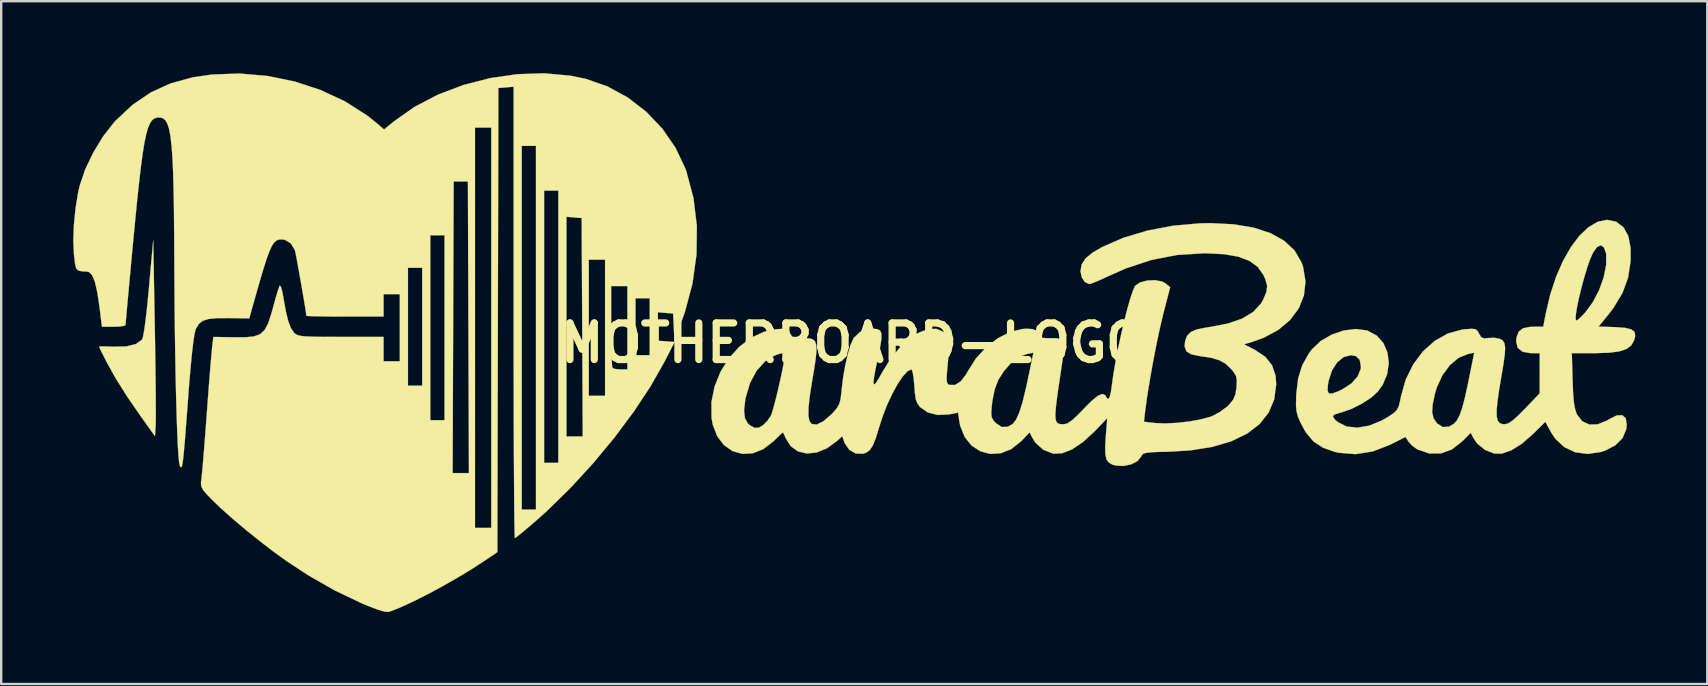
<source format=kicad_pcb>
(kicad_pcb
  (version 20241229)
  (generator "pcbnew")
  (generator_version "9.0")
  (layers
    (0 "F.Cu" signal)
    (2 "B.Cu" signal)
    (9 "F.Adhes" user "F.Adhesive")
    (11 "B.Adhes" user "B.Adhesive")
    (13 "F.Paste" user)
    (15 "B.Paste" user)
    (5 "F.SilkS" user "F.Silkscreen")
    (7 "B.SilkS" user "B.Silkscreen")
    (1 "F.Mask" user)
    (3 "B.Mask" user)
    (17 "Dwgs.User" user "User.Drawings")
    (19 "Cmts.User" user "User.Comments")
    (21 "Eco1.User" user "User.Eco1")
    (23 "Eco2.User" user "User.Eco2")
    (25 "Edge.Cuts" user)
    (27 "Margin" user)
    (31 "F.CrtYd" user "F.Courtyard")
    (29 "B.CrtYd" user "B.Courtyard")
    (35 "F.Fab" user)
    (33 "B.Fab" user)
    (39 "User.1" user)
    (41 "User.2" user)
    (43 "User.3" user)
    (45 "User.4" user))
  (footprint "MOTHERBOARD-LOGO"
    (layer "F.Cu")
    (at 32.491 11.242)
    (property "Reference" "MOTHERBOARD-LOGO" (at 0 0 0) (layer "F.SilkS") (effects (font (size 1.524 1.524) (thickness 0.3))))
    (attr through_hole)
    (fp_poly (pts (xy -29.091 -0.677) (xy -29.078 0.107) (xy -29.067 0.856) (xy -29.058 1.547) (xy -29.052 2.162) (xy -29.049 2.678) (xy -29.049 3.076) (xy -29.052 3.335) (xy -29.054 3.402) (xy -29.083 3.883) (xy -29.639 3.106) (xy -30.234 2.245) (xy -30.719 1.475) (xy -31.109 0.773) (xy -31.146 0.7) (xy -31.278 0.436) (xy -31.373 0.24) (xy -31.411 0.151) (xy -31.412 0.151) (xy -31.334 0.143) (xy -31.13 0.144) (xy -30.842 0.154) (xy -30.812 0.155) (xy -30.273 0.142) (xy -29.877 0.042) (xy -29.62 -0.143) (xy -29.58 -0.267) (xy -29.53 -0.541) (xy -29.475 -0.948) (xy -29.415 -1.47) (xy -29.354 -2.088) (xy -29.337 -2.272) (xy -29.157 -4.276) (xy -29.091 -0.677)) (stroke (width 0.01) (type solid)) (fill yes) (layer "F.SilkS"))
    (fp_poly (pts (xy 31.778 -5.061) (xy 31.814 -5.044) (xy 32.113 -4.814) (xy 32.309 -4.454) (xy 32.404 -3.962) (xy 32.406 -3.417) (xy 32.301 -2.727) (xy 32.067 -2.086) (xy 31.689 -1.459) (xy 31.465 -1.168) (xy 31.069 -0.684) (xy 31.76 -0.66) (xy 32.174 -0.63) (xy 32.438 -0.567) (xy 32.573 -0.458) (xy 32.596 -0.29) (xy 32.55 -0.11) (xy 32.433 0.099) (xy 32.234 0.25) (xy 31.933 0.35) (xy 31.508 0.406) (xy 30.938 0.423) (xy 30.916 0.423) (xy 29.955 0.423) (xy 29.987 1.545) (xy 30.007 2.06) (xy 30.037 2.438) (xy 30.081 2.712) (xy 30.143 2.916) (xy 30.173 2.981) (xy 30.389 3.261) (xy 30.682 3.398) (xy 31.031 3.39) (xy 31.418 3.233) (xy 31.511 3.175) (xy 31.824 3.019) (xy 32.057 3.008) (xy 32.201 3.135) (xy 32.245 3.396) (xy 32.221 3.599) (xy 32.07 3.962) (xy 31.771 4.262) (xy 31.342 4.486) (xy 31.187 4.537) (xy 30.627 4.624) (xy 30.107 4.556) (xy 29.646 4.343) (xy 29.267 3.991) (xy 29.09 3.723) (xy 28.851 3.284) (xy 28.332 3.798) (xy 27.871 4.199) (xy 27.434 4.472) (xy 27.037 4.61) (xy 26.729 4.61) (xy 26.341 4.456) (xy 26.019 4.197) (xy 25.867 3.981) (xy 25.743 3.743) (xy 25.38 4.107) (xy 24.95 4.439) (xy 24.493 4.605) (xy 24.015 4.604) (xy 23.522 4.435) (xy 23.517 4.433) (xy 23.3 4.277) (xy 23.154 4.115) (xy 23.024 3.916) (xy 22.37 4.245) (xy 21.657 4.521) (xy 20.943 4.631) (xy 20.24 4.574) (xy 20.093 4.541) (xy 19.582 4.361) (xy 19.185 4.097) (xy 18.867 3.718) (xy 18.648 3.315) (xy 18.543 3.067) (xy 18.484 2.846) (xy 18.462 2.593) (xy 18.469 2.248) (xy 18.474 2.13) (xy 18.491 1.985) (xy 19.777 1.985) (xy 19.83 2.1) (xy 19.971 2.106) (xy 20.222 2.013) (xy 20.376 1.941) (xy 20.758 1.697) (xy 21.026 1.404) (xy 21.158 1.089) (xy 21.167 0.984) (xy 21.116 0.701) (xy 20.959 0.546) (xy 20.745 0.508) (xy 20.441 0.588) (xy 20.172 0.812) (xy 19.958 1.153) (xy 19.818 1.588) (xy 19.79 1.757) (xy 19.777 1.985) (xy 18.491 1.985) (xy 18.551 1.479) (xy 18.72 0.931) (xy 18.998 0.436) (xy 19.127 0.264) (xy 19.488 -0.08) (xy 19.944 -0.346) (xy 20.448 -0.519) (xy 20.954 -0.583) (xy 21.415 -0.523) (xy 21.447 -0.513) (xy 21.829 -0.307) (xy 22.107 0.007) (xy 22.275 0.398) (xy 22.328 0.838) (xy 22.262 1.297) (xy 22.072 1.746) (xy 21.871 2.026) (xy 21.59 2.28) (xy 21.201 2.532) (xy 20.767 2.749) (xy 20.346 2.898) (xy 20.256 2.919) (xy 20.048 2.985) (xy 19.998 3.076) (xy 20.104 3.212) (xy 20.202 3.294) (xy 20.57 3.479) (xy 21.015 3.529) (xy 21.512 3.445) (xy 22.04 3.229) (xy 22.28 3.09) (xy 22.518 2.933) (xy 22.562 2.893) (xy 24.136 2.893) (xy 24.197 3.148) (xy 24.341 3.351) (xy 24.343 3.353) (xy 24.581 3.504) (xy 24.834 3.488) (xy 25.046 3.361) (xy 25.167 3.227) (xy 25.278 3.018) (xy 25.386 2.711) (xy 25.499 2.284) (xy 25.623 1.716) (xy 25.647 1.598) (xy 25.888 0.406) (xy 25.63 0.458) (xy 25.236 0.619) (xy 24.873 0.923) (xy 24.563 1.345) (xy 24.327 1.859) (xy 24.256 2.092) (xy 24.157 2.552) (xy 24.136 2.893) (xy 22.562 2.893) (xy 22.661 2.8) (xy 22.745 2.636) (xy 22.806 2.386) (xy 22.834 2.235) (xy 23.033 1.528) (xy 23.346 0.892) (xy 23.755 0.347) (xy 24.244 -0.089) (xy 24.793 -0.397) (xy 25.387 -0.559) (xy 25.487 -0.57) (xy 25.768 -0.591) (xy 25.929 -0.578) (xy 26.02 -0.516) (xy 26.088 -0.39) (xy 26.09 -0.386) (xy 26.188 -0.229) (xy 26.324 -0.189) (xy 26.464 -0.207) (xy 26.731 -0.217) (xy 26.956 -0.173) (xy 27.075 -0.105) (xy 27.147 0.008) (xy 27.176 0.192) (xy 27.162 0.472) (xy 27.107 0.874) (xy 27.046 1.238) (xy 26.934 1.898) (xy 26.86 2.411) (xy 26.824 2.794) (xy 26.827 3.064) (xy 26.87 3.241) (xy 26.953 3.341) (xy 27.079 3.382) (xy 27.156 3.387) (xy 27.299 3.352) (xy 27.481 3.236) (xy 27.723 3.021) (xy 27.999 2.742) (xy 28.617 2.098) (xy 28.617 0.423) (xy 28.238 0.423) (xy 27.907 0.368) (xy 27.704 0.205) (xy 27.635 -0.061) (xy 27.654 -0.243) (xy 27.745 -0.477) (xy 27.923 -0.614) (xy 28.218 -0.672) (xy 28.389 -0.677) (xy 28.765 -0.677) (xy 28.828 -1.013) (xy 30.112 -1.013) (xy 30.139 -0.931) (xy 30.142 -0.931) (xy 30.23 -0.989) (xy 30.388 -1.139) (xy 30.522 -1.281) (xy 30.832 -1.702) (xy 31.091 -2.2) (xy 31.28 -2.728) (xy 31.385 -3.24) (xy 31.388 -3.687) (xy 31.378 -3.747) (xy 31.291 -3.988) (xy 31.16 -4.07) (xy 31.003 -3.995) (xy 30.837 -3.762) (xy 30.829 -3.745) (xy 30.718 -3.489) (xy 30.598 -3.146) (xy 30.477 -2.749) (xy 30.362 -2.327) (xy 30.26 -1.912) (xy 30.18 -1.535) (xy 30.128 -1.225) (xy 30.112 -1.013) (xy 28.828 -1.013) (xy 28.865 -1.206) (xy 29.055 -2.018) (xy 29.301 -2.763) (xy 29.593 -3.429) (xy 29.922 -4.003) (xy 30.277 -4.473) (xy 30.65 -4.826) (xy 31.031 -5.05) (xy 31.41 -5.132) (xy 31.778 -5.061)) (stroke (width 0.01) (type solid)) (fill yes) (layer "F.SilkS"))
    (fp_poly (pts (xy -11.775 -11.138) (xy -11.125 -11.004) (xy -10.222 -10.688) (xy -9.377 -10.225) (xy -8.612 -9.634) (xy -7.944 -8.933) (xy -7.395 -8.14) (xy -6.984 -7.273) (xy -6.939 -7.146) (xy -6.645 -6.04) (xy -6.504 -4.884) (xy -6.517 -3.696) (xy -6.683 -2.493) (xy -7 -1.295) (xy -7.192 -0.762) (xy -7.44 -0.127) (xy -7.493 -1.228) (xy -8.128 -1.28) (xy -8.128 -0.094) (xy -7.431 -0.042) (xy -7.852 0.78) (xy -8.429 1.798) (xy -9.133 2.862) (xy -9.94 3.943) (xy -10.825 5.01) (xy -11.765 6.034) (xy -12.735 6.984) (xy -13.197 7.399) (xy -13.512 7.67) (xy -13.782 7.896) (xy -13.979 8.054) (xy -14.081 8.126) (xy -14.087 8.128) (xy -14.094 8.045) (xy -14.1 7.804) (xy -14.107 7.414) (xy -14.113 6.888) (xy -14.118 6.235) (xy -14.123 5.467) (xy -14.128 4.594) (xy -14.132 3.627) (xy -14.135 2.577) (xy -14.137 1.454) (xy -14.139 0.269) (xy -14.139 -0.966) (xy -14.139 -1.275) (xy -14.139 -8.213) (xy -13.801 -8.213) (xy -13.801 6.943) (xy -13.208 6.943) (xy -13.208 -6.35) (xy -12.869 -6.35) (xy -12.869 4.995) (xy -12.277 4.995) (xy -12.277 3.895) (xy -11.938 3.895) (xy -11.259 3.895) (xy -11.281 -0.656) (xy -11.295 -3.471) (xy -11.007 -3.471) (xy -11.007 2.201) (xy -10.329 2.201) (xy -10.329 -2.371) (xy -10.075 -2.371) (xy -10.075 -0.691) (xy -10.073 -0.175) (xy -10.065 0.284) (xy -10.053 0.656) (xy -10.039 0.917) (xy -10.022 1.039) (xy -10.019 1.044) (xy -9.903 1.083) (xy -9.697 1.101) (xy -9.68 1.101) (xy -9.398 1.101) (xy -9.398 -1.863) (xy -9.059 -1.863) (xy -9.059 0.508) (xy -8.467 0.508) (xy -8.467 -1.863) (xy -9.059 -1.863) (xy -9.398 -1.863) (xy -9.398 -2.371) (xy -10.075 -2.371) (xy -10.329 -2.371) (xy -10.329 -3.471) (xy -11.007 -3.471) (xy -11.295 -3.471) (xy -11.303 -5.207) (xy -11.62 -5.233) (xy -11.938 -5.26) (xy -11.938 3.895) (xy -12.277 3.895) (xy -12.277 -6.35) (xy -12.869 -6.35) (xy -13.208 -6.35) (xy -13.208 -8.213) (xy -13.801 -8.213) (xy -14.139 -8.213) (xy -14.139 -10.678) (xy -14.774 -10.626) (xy -14.817 8.716) (xy -15.431 9.128) (xy -15.97 9.474) (xy -16.566 9.831) (xy -17.188 10.183) (xy -17.803 10.511) (xy -18.38 10.799) (xy -18.886 11.03) (xy -19.289 11.187) (xy -19.346 11.206) (xy -19.511 11.195) (xy -19.808 11.108) (xy -20.221 10.951) (xy -20.447 10.856) (xy -21.594 10.31) (xy -22.708 9.673) (xy -23.598 9.088) (xy -24.136 8.7) (xy -24.716 8.255) (xy -25.302 7.783) (xy -25.857 7.316) (xy -26.342 6.883) (xy -26.702 6.536) (xy -26.944 6.284) (xy -27.088 6.109) (xy -27.155 5.971) (xy -27.167 5.827) (xy -27.147 5.659) (xy -27.127 5.478) (xy -27.122 5.419) (xy -16.68 5.419) (xy -16.001 5.419) (xy -16.023 -0.656) (xy -16.044 -6.731) (xy -16.637 -6.731) (xy -16.659 -0.656) (xy -16.68 5.419) (xy -27.122 5.419) (xy -27.098 5.154) (xy -27.06 4.714) (xy -27.018 4.184) (xy -26.972 3.59) (xy -26.925 2.963) (xy -26.878 2.327) (xy -26.833 1.724) (xy -26.79 1.181) (xy -26.752 0.726) (xy -26.723 0.386) (xy -26.703 0.191) (xy -26.651 -0.252) (xy -25.793 -0.238) (xy -25.316 -0.238) (xy -24.963 -0.273) (xy -24.706 -0.364) (xy -24.518 -0.536) (xy -24.371 -0.81) (xy -24.237 -1.209) (xy -24.128 -1.609) (xy -24.036 -1.939) (xy -23.954 -2.206) (xy -23.895 -2.368) (xy -23.88 -2.393) (xy -23.84 -2.349) (xy -23.788 -2.173) (xy -23.733 -1.901) (xy -23.724 -1.843) (xy -23.626 -1.299) (xy -23.527 -0.9) (xy -23.419 -0.62) (xy -23.293 -0.434) (xy -23.278 -0.418) (xy -23.212 -0.363) (xy -23.123 -0.322) (xy -22.989 -0.293) (xy -22.785 -0.273) (xy -22.489 -0.262) (xy -22.077 -0.256) (xy -21.526 -0.254) (xy -21.336 -0.254) (xy -19.558 -0.254) (xy -19.558 0.762) (xy -18.881 0.762) (xy -18.881 -2.032) (xy -19.558 -2.032) (xy -19.558 -1.101) (xy -21.167 -1.101) (xy -21.668 -1.102) (xy -22.105 -1.107) (xy -22.453 -1.114) (xy -22.685 -1.123) (xy -22.775 -1.134) (xy -22.775 -1.134) (xy -22.79 -1.253) (xy -22.828 -1.502) (xy -22.885 -1.845) (xy -22.954 -2.246) (xy -23.028 -2.669) (xy -23.101 -3.078) (xy -23.111 -3.133) (xy -18.542 -3.133) (xy -18.542 1.778) (xy -17.949 1.778) (xy -17.949 -3.133) (xy -18.542 -3.133) (xy -23.111 -3.133) (xy -23.166 -3.436) (xy -23.218 -3.707) (xy -23.25 -3.855) (xy -23.254 -3.867) (xy -23.423 -4.15) (xy -23.669 -4.3) (xy -23.806 -4.318) (xy -23.922 -4.308) (xy -24.025 -4.269) (xy -24.121 -4.184) (xy -24.216 -4.038) (xy -24.318 -3.814) (xy -24.434 -3.496) (xy -24.57 -3.069) (xy -24.733 -2.517) (xy -24.931 -1.823) (xy -25.02 -1.507) (xy -25.155 -1.025) (xy -26.019 -1.038) (xy -26.503 -1.034) (xy -26.85 -1) (xy -27.09 -0.925) (xy -27.254 -0.797) (xy -27.371 -0.606) (xy -27.394 -0.553) (xy -27.436 -0.38) (xy -27.485 -0.057) (xy -27.539 0.401) (xy -27.595 0.973) (xy -27.653 1.643) (xy -27.684 2.044) (xy -27.746 2.874) (xy -27.798 3.55) (xy -27.84 4.086) (xy -27.876 4.496) (xy -27.906 4.796) (xy -27.933 5) (xy -27.957 5.121) (xy -27.982 5.175) (xy -28.008 5.177) (xy -28.036 5.14) (xy -28.048 5.12) (xy -28.076 4.986) (xy -28.104 4.696) (xy -28.131 4.262) (xy -28.157 3.697) (xy -28.181 3.013) (xy -28.203 2.223) (xy -28.224 1.339) (xy -28.241 0.374) (xy -28.256 -0.659) (xy -28.267 -1.747) (xy -28.275 -2.878) (xy -28.278 -3.429) (xy -28.283 -4.487) (xy -17.611 -4.487) (xy -17.611 3.217) (xy -17.018 3.217) (xy -17.018 -4.487) (xy -17.611 -4.487) (xy -28.283 -4.487) (xy -28.284 -4.595) (xy -28.294 -5.602) (xy -28.309 -6.463) (xy -28.331 -7.187) (xy -28.359 -7.786) (xy -28.397 -8.27) (xy -28.444 -8.652) (xy -28.502 -8.941) (xy -28.572 -9.149) (xy -28.656 -9.287) (xy -28.753 -9.366) (xy -28.866 -9.397) (xy -28.902 -9.398) (xy -29.019 -9.388) (xy -29.122 -9.349) (xy -29.215 -9.271) (xy -29.299 -9.142) (xy -29.378 -8.952) (xy -29.451 -8.689) (xy -29.523 -8.342) (xy -29.595 -7.9) (xy -29.668 -7.352) (xy -29.746 -6.687) (xy -29.831 -5.894) (xy -29.923 -4.961) (xy -30.026 -3.878) (xy -30.099 -3.096) (xy -30.155 -2.492) (xy -30.205 -1.942) (xy -30.248 -1.471) (xy -30.281 -1.099) (xy -30.303 -0.85) (xy -30.311 -0.747) (xy -30.311 -0.747) (xy -30.387 -0.71) (xy -30.586 -0.684) (xy -30.802 -0.677) (xy -31.293 -0.677) (xy -31.401 -1.543) (xy -31.489 -2.125) (xy -31.587 -2.549) (xy -31.699 -2.822) (xy -31.829 -2.955) (xy -31.894 -2.972) (xy -32.136 -2.988) (xy -32.285 -3.023) (xy -32.368 -3.113) (xy -32.413 -3.293) (xy -32.449 -3.598) (xy -32.459 -3.683) (xy -32.486 -4.25) (xy -32.462 -4.912) (xy -32.394 -5.604) (xy -32.287 -6.261) (xy -32.218 -6.562) (xy -31.991 -7.234) (xy -31.654 -7.937) (xy -31.242 -8.611) (xy -30.787 -9.196) (xy -30.724 -9.264) (xy -30.019 -9.923) (xy -29.263 -10.437) (xy -28.436 -10.816) (xy -27.515 -11.069) (xy -26.726 -11.185) (xy -25.573 -11.228) (xy -24.414 -11.13) (xy -23.275 -10.899) (xy -22.184 -10.542) (xy -21.165 -10.067) (xy -20.246 -9.481) (xy -19.865 -9.178) (xy -19.537 -8.898) (xy -19.444 -8.975) (xy -15.748 -8.975) (xy -15.748 7.705) (xy -15.071 7.705) (xy -15.071 -8.975) (xy -15.748 -8.975) (xy -19.444 -8.975) (xy -19.145 -9.22) (xy -18.275 -9.835) (xy -17.295 -10.347) (xy -16.234 -10.749) (xy -15.123 -11.036) (xy -13.989 -11.201) (xy -12.863 -11.237) (xy -11.775 -11.138)) (stroke (width 0.01) (type solid)) (fill yes) (layer "F.SilkS"))
    (fp_poly (pts (xy 15.862 -4.946) (xy 16.7 -4.806) (xy 17.406 -4.575) (xy 17.976 -4.255) (xy 18.406 -3.849) (xy 18.694 -3.356) (xy 18.76 -3.164) (xy 18.857 -2.559) (xy 18.793 -1.982) (xy 18.578 -1.446) (xy 18.222 -0.965) (xy 17.732 -0.551) (xy 17.118 -0.219) (xy 16.64 -0.047) (xy 16.298 0.055) (xy 16.742 0.283) (xy 17.18 0.573) (xy 17.465 0.928) (xy 17.612 1.366) (xy 17.637 1.727) (xy 17.554 2.35) (xy 17.322 2.901) (xy 16.944 3.378) (xy 16.426 3.776) (xy 15.771 4.093) (xy 14.986 4.327) (xy 14.074 4.474) (xy 13.171 4.529) (xy 12.721 4.54) (xy 12.411 4.555) (xy 12.213 4.578) (xy 12.099 4.615) (xy 12.038 4.67) (xy 12.012 4.726) (xy 11.859 4.919) (xy 11.594 5.057) (xy 11.271 5.124) (xy 10.943 5.106) (xy 10.82 5.07) (xy 10.666 4.987) (xy 10.568 4.856) (xy 10.519 4.647) (xy 10.511 4.331) (xy 10.537 3.882) (xy 10.596 3.134) (xy 10.068 3.684) (xy 9.591 4.123) (xy 9.138 4.429) (xy 8.721 4.594) (xy 8.355 4.612) (xy 8.348 4.61) (xy 7.934 4.451) (xy 7.607 4.157) (xy 7.489 3.972) (xy 7.362 3.726) (xy 7.004 4.099) (xy 6.594 4.423) (xy 6.158 4.595) (xy 5.722 4.622) (xy 5.31 4.514) (xy 4.947 4.278) (xy 4.659 3.922) (xy 4.471 3.457) (xy 4.428 3.231) (xy 4.386 2.923) (xy 5.763 2.923) (xy 5.785 3.102) (xy 5.864 3.24) (xy 5.959 3.342) (xy 6.203 3.501) (xy 6.455 3.492) (xy 6.66 3.372) (xy 6.795 3.201) (xy 6.931 2.898) (xy 7.07 2.454) (xy 7.216 1.855) (xy 7.282 1.548) (xy 7.52 0.405) (xy 7.253 0.458) (xy 6.916 0.58) (xy 6.596 0.824) (xy 6.29 1.174) (xy 6.063 1.527) (xy 5.91 1.918) (xy 5.812 2.4) (xy 5.784 2.639) (xy 5.763 2.923) (xy 4.386 2.923) (xy 4.384 2.904) (xy 3.999 2.976) (xy 3.531 2.999) (xy 3.118 2.893) (xy 2.796 2.669) (xy 2.69 2.528) (xy 2.622 2.351) (xy 2.581 2.089) (xy 2.558 1.779) (xy 2.53 1.464) (xy 2.491 1.227) (xy 2.448 1.108) (xy 2.436 1.101) (xy 2.274 1.177) (xy 2.078 1.39) (xy 1.86 1.714) (xy 1.636 2.123) (xy 1.419 2.591) (xy 1.225 3.093) (xy 1.091 3.514) (xy 0.955 3.957) (xy 0.833 4.262) (xy 0.707 4.457) (xy 0.559 4.568) (xy 0.414 4.616) (xy 0.111 4.604) (xy -0.155 4.448) (xy -0.34 4.177) (xy -0.356 4.136) (xy -0.444 3.883) (xy -0.667 4.085) (xy -1.087 4.39) (xy -1.514 4.563) (xy -1.923 4.605) (xy -2.29 4.517) (xy -2.592 4.3) (xy -2.793 3.982) (xy -2.871 3.807) (xy -2.918 3.726) (xy -2.92 3.725) (xy -2.986 3.78) (xy -3.136 3.923) (xy -3.313 4.098) (xy -3.738 4.425) (xy -4.178 4.597) (xy -4.612 4.62) (xy -5.018 4.504) (xy -5.373 4.256) (xy -5.655 3.887) (xy -5.841 3.403) (xy -5.892 3.122) (xy -5.894 2.799) (xy -4.537 2.799) (xy -4.504 3.125) (xy -4.382 3.35) (xy -4.289 3.431) (xy -4.088 3.539) (xy -3.914 3.524) (xy -3.744 3.424) (xy -3.571 3.254) (xy -3.419 3.03) (xy -3.419 3.029) (xy -3.362 2.874) (xy -3.285 2.605) (xy -3.195 2.256) (xy -3.101 1.862) (xy -3.01 1.459) (xy -2.93 1.079) (xy -2.869 0.76) (xy -2.835 0.534) (xy -2.836 0.438) (xy -2.958 0.422) (xy -3.168 0.483) (xy -3.415 0.602) (xy -3.65 0.757) (xy -3.671 0.774) (xy -4.018 1.161) (xy -4.291 1.675) (xy -4.471 2.285) (xy -4.484 2.35) (xy -4.537 2.799) (xy -5.894 2.799) (xy -5.896 2.462) (xy -5.765 1.813) (xy -5.516 1.196) (xy -5.167 0.636) (xy -4.733 0.155) (xy -4.233 -0.223) (xy -3.682 -0.475) (xy -3.215 -0.57) (xy -2.933 -0.591) (xy -2.772 -0.577) (xy -2.682 -0.516) (xy -2.618 -0.401) (xy -2.538 -0.271) (xy -2.417 -0.21) (xy -2.199 -0.197) (xy -2.111 -0.199) (xy -1.873 -0.198) (xy -1.699 -0.165) (xy -1.586 -0.078) (xy -1.527 0.081) (xy -1.519 0.334) (xy -1.557 0.701) (xy -1.635 1.201) (xy -1.696 1.553) (xy -1.796 2.187) (xy -1.85 2.672) (xy -1.855 3.022) (xy -1.814 3.25) (xy -1.725 3.37) (xy -1.717 3.375) (xy -1.507 3.398) (xy -1.237 3.266) (xy -0.904 2.978) (xy -0.835 2.907) (xy -0.675 2.726) (xy -0.577 2.56) (xy -0.518 2.354) (xy -0.479 2.053) (xy -0.467 1.92) (xy -0.406 1.415) (xy -0.316 0.909) (xy -0.207 0.443) (xy -0.09 0.06) (xy 0.026 -0.198) (xy 0.034 -0.211) (xy 0.292 -0.456) (xy 0.655 -0.58) (xy 0.842 -0.593) (xy 1.022 -0.577) (xy 1.137 -0.513) (xy 1.189 -0.378) (xy 1.184 -0.145) (xy 1.126 0.208) (xy 1.054 0.551) (xy 0.943 1.076) (xy 0.877 1.443) (xy 0.856 1.659) (xy 0.882 1.731) (xy 0.957 1.666) (xy 1.081 1.47) (xy 1.208 1.24) (xy 1.553 0.683) (xy 1.935 0.212) (xy 2.335 -0.162) (xy 2.738 -0.428) (xy 3.124 -0.574) (xy 3.478 -0.59) (xy 3.781 -0.463) (xy 3.805 -0.444) (xy 3.906 -0.334) (xy 3.969 -0.179) (xy 3.996 0.05) (xy 3.99 0.38) (xy 3.954 0.842) (xy 3.939 0.993) (xy 3.909 1.34) (xy 3.904 1.555) (xy 3.929 1.673) (xy 3.986 1.732) (xy 4.015 1.745) (xy 4.251 1.75) (xy 4.49 1.6) (xy 4.718 1.305) (xy 4.788 1.177) (xy 5.127 0.642) (xy 5.554 0.177) (xy 6.039 -0.198) (xy 6.552 -0.459) (xy 7.063 -0.584) (xy 7.22 -0.593) (xy 7.477 -0.58) (xy 7.621 -0.525) (xy 7.708 -0.407) (xy 7.716 -0.39) (xy 7.796 -0.266) (xy 7.922 -0.209) (xy 8.149 -0.198) (xy 8.218 -0.199) (xy 8.469 -0.199) (xy 8.641 -0.165) (xy 8.743 -0.072) (xy 8.784 0.104) (xy 8.774 0.387) (xy 8.721 0.802) (xy 8.686 1.039) (xy 8.583 1.726) (xy 8.506 2.264) (xy 8.457 2.671) (xy 8.435 2.966) (xy 8.443 3.166) (xy 8.481 3.29) (xy 8.549 3.356) (xy 8.649 3.382) (xy 8.781 3.387) (xy 8.793 3.387) (xy 8.937 3.35) (xy 9.12 3.228) (xy 9.366 3.003) (xy 9.608 2.751) (xy 9.95 2.408) (xy 10.208 2.2) (xy 10.393 2.123) (xy 10.513 2.173) (xy 10.553 2.243) (xy 10.622 2.342) (xy 10.688 2.277) (xy 10.748 2.054) (xy 10.79 1.76) (xy 10.853 1.304) (xy 10.942 0.781) (xy 11.051 0.219) (xy 11.174 -0.353) (xy 11.303 -0.907) (xy 11.432 -1.415) (xy 11.555 -1.847) (xy 11.664 -2.174) (xy 11.752 -2.369) (xy 11.766 -2.389) (xy 11.97 -2.526) (xy 12.268 -2.604) (xy 12.596 -2.616) (xy 12.888 -2.559) (xy 13.024 -2.484) (xy 13.219 -2.326) (xy 12.924 -1.184) (xy 12.792 -0.628) (xy 12.65 0.042) (xy 12.508 0.774) (xy 12.376 1.513) (xy 12.263 2.207) (xy 12.18 2.804) (xy 12.165 2.932) (xy 12.126 3.281) (xy 12.583 3.335) (xy 12.995 3.353) (xy 13.489 3.329) (xy 14.007 3.271) (xy 14.492 3.185) (xy 14.884 3.079) (xy 14.985 3.04) (xy 15.29 2.874) (xy 15.581 2.66) (xy 15.666 2.579) (xy 15.847 2.358) (xy 15.942 2.126) (xy 15.983 1.837) (xy 15.995 1.556) (xy 15.959 1.366) (xy 15.851 1.192) (xy 15.753 1.077) (xy 15.532 0.867) (xy 15.277 0.721) (xy 14.943 0.621) (xy 14.486 0.549) (xy 14.454 0.545) (xy 14.1 0.473) (xy 13.894 0.345) (xy 13.819 0.144) (xy 13.842 -0.081) (xy 13.922 -0.299) (xy 14.071 -0.453) (xy 14.317 -0.561) (xy 14.692 -0.64) (xy 14.859 -0.664) (xy 15.616 -0.807) (xy 16.222 -1.017) (xy 16.683 -1.297) (xy 17.007 -1.651) (xy 17.1 -1.814) (xy 17.228 -2.124) (xy 17.26 -2.372) (xy 17.194 -2.632) (xy 17.103 -2.836) (xy 16.871 -3.167) (xy 16.528 -3.419) (xy 16.064 -3.595) (xy 15.466 -3.7) (xy 14.724 -3.737) (xy 14.609 -3.738) (xy 13.504 -3.667) (xy 12.437 -3.46) (xy 11.371 -3.107) (xy 10.63 -2.78) (xy 10.316 -2.634) (xy 10.054 -2.522) (xy 9.885 -2.461) (xy 9.853 -2.455) (xy 9.675 -2.531) (xy 9.54 -2.725) (xy 9.483 -2.985) (xy 9.483 -3) (xy 9.532 -3.275) (xy 9.691 -3.522) (xy 9.981 -3.762) (xy 10.389 -4.001) (xy 11.272 -4.385) (xy 12.267 -4.683) (xy 13.336 -4.886) (xy 14.441 -4.985) (xy 14.895 -4.994) (xy 15.862 -4.946)) (stroke (width 0.01) (type solid)) (fill yes) (layer "F.SilkS")))
  (gr_rect
    (start -3 -3)
    (end 68.092 25.453)
    (stroke (width 0.1) (type default))
    (fill no)
    (layer "Edge.Cuts")))
</source>
